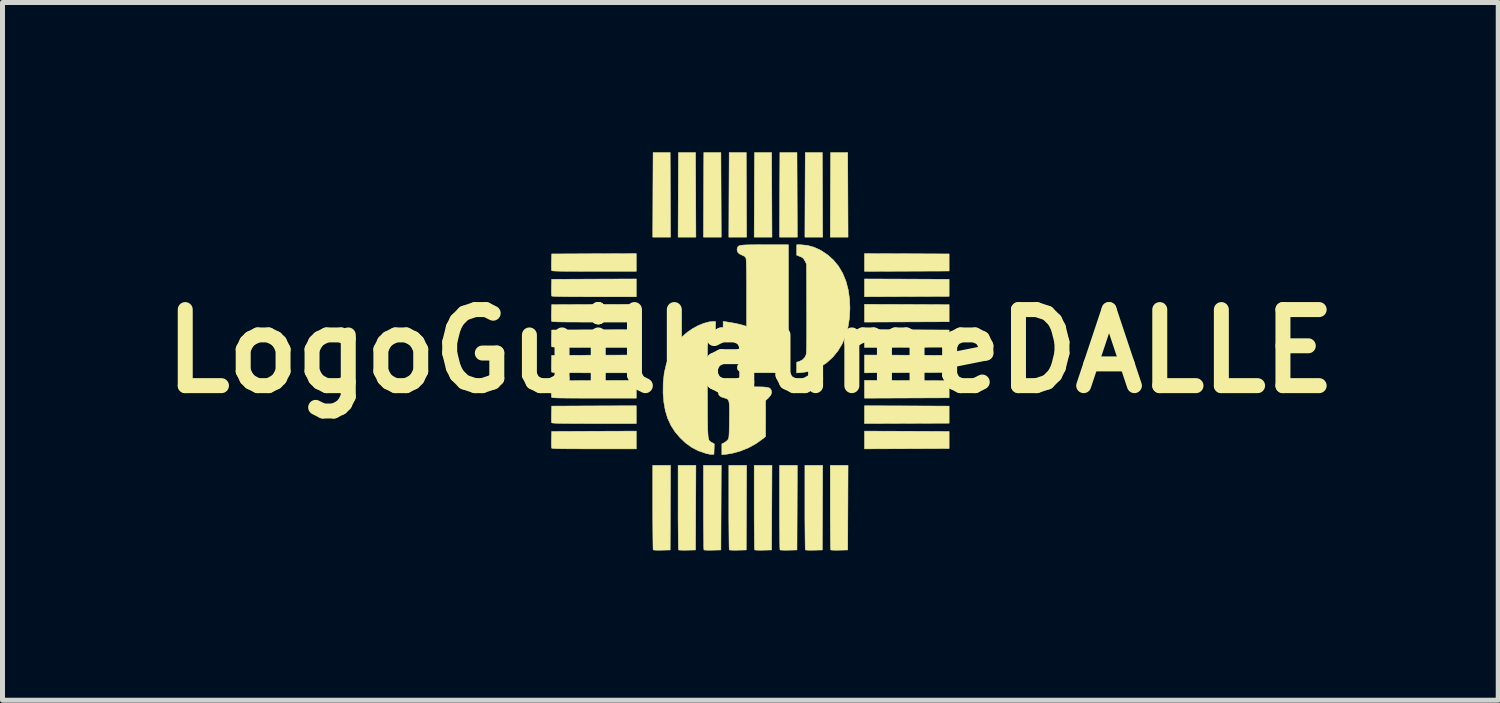
<source format=kicad_pcb>
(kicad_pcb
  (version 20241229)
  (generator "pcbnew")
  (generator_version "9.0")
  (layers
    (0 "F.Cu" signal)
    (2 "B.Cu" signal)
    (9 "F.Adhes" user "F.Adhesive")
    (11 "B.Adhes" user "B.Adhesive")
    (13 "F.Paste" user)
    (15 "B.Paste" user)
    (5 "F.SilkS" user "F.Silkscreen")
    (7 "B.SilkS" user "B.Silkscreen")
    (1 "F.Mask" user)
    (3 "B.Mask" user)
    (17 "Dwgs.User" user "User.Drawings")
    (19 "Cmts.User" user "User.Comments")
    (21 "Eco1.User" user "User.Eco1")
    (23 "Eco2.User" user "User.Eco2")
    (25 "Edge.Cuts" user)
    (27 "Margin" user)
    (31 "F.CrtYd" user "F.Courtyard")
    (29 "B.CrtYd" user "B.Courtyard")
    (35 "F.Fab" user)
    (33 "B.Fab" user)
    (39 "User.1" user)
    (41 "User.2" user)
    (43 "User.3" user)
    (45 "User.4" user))
  (footprint "LogoGuillaumeDALLE"
    (layer "F.Cu")
    (at 11.982 3.986)
    (property "Reference" "LogoGuillaumeDALLE" (at 0 0 0) (layer "F.SilkS") (effects (font (size 1.524 1.524) (thickness 0.3))))
    (attr through_hole)
    (fp_poly (pts (xy -1.6 -2.286) (xy -1.956 -2.286) (xy -1.953 -3.134) (xy -1.949 -3.981) (xy -1.607 -3.981) (xy -1.6 -2.286)) (stroke (width 0.01) (type solid)) (fill yes) (layer "F.SilkS"))
    (fp_poly (pts (xy -1.092 -2.286) (xy -1.448 -2.286) (xy -1.445 -3.134) (xy -1.441 -3.981) (xy -1.099 -3.981) (xy -1.092 -2.286)) (stroke (width 0.01) (type solid)) (fill yes) (layer "F.SilkS"))
    (fp_poly (pts (xy -0.584 -2.286) (xy -0.94 -2.286) (xy -0.937 -3.134) (xy -0.933 -3.981) (xy -0.591 -3.981) (xy -0.584 -2.286)) (stroke (width 0.01) (type solid)) (fill yes) (layer "F.SilkS"))
    (fp_poly (pts (xy -0.076 -2.286) (xy -0.432 -2.286) (xy -0.429 -3.134) (xy -0.425 -3.981) (xy -0.083 -3.981) (xy -0.076 -2.286)) (stroke (width 0.01) (type solid)) (fill yes) (layer "F.SilkS"))
    (fp_poly (pts (xy 0.432 -2.286) (xy 0.076 -2.286) (xy 0.079 -3.134) (xy 0.083 -3.981) (xy 0.425 -3.981) (xy 0.432 -2.286)) (stroke (width 0.01) (type solid)) (fill yes) (layer "F.SilkS"))
    (fp_poly (pts (xy 0.94 -2.286) (xy 0.584 -2.286) (xy 0.587 -3.134) (xy 0.591 -3.981) (xy 0.933 -3.981) (xy 0.94 -2.286)) (stroke (width 0.01) (type solid)) (fill yes) (layer "F.SilkS"))
    (fp_poly (pts (xy 1.448 -2.286) (xy 1.092 -2.286) (xy 1.095 -3.134) (xy 1.099 -3.981) (xy 1.441 -3.981) (xy 1.448 -2.286)) (stroke (width 0.01) (type solid)) (fill yes) (layer "F.SilkS"))
    (fp_poly (pts (xy 1.956 -2.286) (xy 1.6 -2.286) (xy 1.603 -3.134) (xy 1.607 -3.981) (xy 1.949 -3.981) (xy 1.956 -2.286)) (stroke (width 0.01) (type solid)) (fill yes) (layer "F.SilkS"))
    (fp_poly (pts (xy 3.134 -1.953) (xy 3.981 -1.949) (xy 3.981 -1.607) (xy 2.286 -1.6) (xy 2.286 -1.956) (xy 3.134 -1.953)) (stroke (width 0.01) (type solid)) (fill yes) (layer "F.SilkS"))
    (fp_poly (pts (xy 3.134 -1.445) (xy 3.981 -1.441) (xy 3.981 -1.099) (xy 2.286 -1.092) (xy 2.286 -1.448) (xy 3.134 -1.445)) (stroke (width 0.01) (type solid)) (fill yes) (layer "F.SilkS"))
    (fp_poly (pts (xy 3.134 -0.937) (xy 3.981 -0.933) (xy 3.981 -0.591) (xy 2.286 -0.584) (xy 2.286 -0.94) (xy 3.134 -0.937)) (stroke (width 0.01) (type solid)) (fill yes) (layer "F.SilkS"))
    (fp_poly (pts (xy 3.134 -0.429) (xy 3.981 -0.425) (xy 3.981 -0.083) (xy 2.286 -0.076) (xy 2.286 -0.432) (xy 3.134 -0.429)) (stroke (width 0.01) (type solid)) (fill yes) (layer "F.SilkS"))
    (fp_poly (pts (xy 3.134 0.079) (xy 3.981 0.083) (xy 3.981 0.425) (xy 2.286 0.432) (xy 2.286 0.076) (xy 3.134 0.079)) (stroke (width 0.01) (type solid)) (fill yes) (layer "F.SilkS"))
    (fp_poly (pts (xy 3.134 0.587) (xy 3.981 0.591) (xy 3.981 0.933) (xy 2.286 0.94) (xy 2.286 0.584) (xy 3.134 0.587)) (stroke (width 0.01) (type solid)) (fill yes) (layer "F.SilkS"))
    (fp_poly (pts (xy 3.134 1.095) (xy 3.981 1.099) (xy 3.981 1.441) (xy 2.286 1.448) (xy 2.286 1.092) (xy 3.134 1.095)) (stroke (width 0.01) (type solid)) (fill yes) (layer "F.SilkS"))
    (fp_poly (pts (xy 3.134 1.603) (xy 3.981 1.607) (xy 3.981 1.949) (xy 2.286 1.956) (xy 2.286 1.6) (xy 3.134 1.603)) (stroke (width 0.01) (type solid)) (fill yes) (layer "F.SilkS"))
    (fp_poly (pts (xy -1.607 3.981) (xy -1.772 3.985) (xy -1.835 3.986) (xy -1.888 3.985) (xy -1.927 3.983) (xy -1.946 3.98) (xy -1.947 3.98) (xy -1.948 3.966) (xy -1.95 3.929) (xy -1.951 3.87) (xy -1.952 3.793) (xy -1.953 3.699) (xy -1.954 3.589) (xy -1.955 3.468) (xy -1.956 3.335) (xy -1.956 3.194) (xy -1.956 3.128) (xy -1.956 2.286) (xy -1.6 2.286) (xy -1.607 3.981)) (stroke (width 0.01) (type solid)) (fill yes) (layer "F.SilkS"))
    (fp_poly (pts (xy -1.099 3.981) (xy -1.264 3.985) (xy -1.327 3.986) (xy -1.38 3.985) (xy -1.419 3.983) (xy -1.438 3.98) (xy -1.439 3.98) (xy -1.44 3.966) (xy -1.442 3.929) (xy -1.443 3.87) (xy -1.444 3.793) (xy -1.445 3.699) (xy -1.446 3.589) (xy -1.447 3.468) (xy -1.448 3.335) (xy -1.448 3.194) (xy -1.448 3.128) (xy -1.448 2.286) (xy -1.092 2.286) (xy -1.099 3.981)) (stroke (width 0.01) (type solid)) (fill yes) (layer "F.SilkS"))
    (fp_poly (pts (xy -0.591 3.981) (xy -0.756 3.985) (xy -0.819 3.986) (xy -0.872 3.985) (xy -0.911 3.983) (xy -0.93 3.98) (xy -0.931 3.98) (xy -0.932 3.966) (xy -0.934 3.929) (xy -0.935 3.87) (xy -0.936 3.793) (xy -0.937 3.699) (xy -0.938 3.589) (xy -0.939 3.468) (xy -0.94 3.335) (xy -0.94 3.194) (xy -0.94 3.128) (xy -0.94 2.286) (xy -0.584 2.286) (xy -0.591 3.981)) (stroke (width 0.01) (type solid)) (fill yes) (layer "F.SilkS"))
    (fp_poly (pts (xy -0.083 3.981) (xy -0.248 3.985) (xy -0.311 3.986) (xy -0.364 3.985) (xy -0.403 3.983) (xy -0.422 3.98) (xy -0.423 3.98) (xy -0.424 3.966) (xy -0.426 3.929) (xy -0.427 3.87) (xy -0.428 3.793) (xy -0.429 3.699) (xy -0.43 3.589) (xy -0.431 3.468) (xy -0.432 3.335) (xy -0.432 3.194) (xy -0.432 3.128) (xy -0.432 2.286) (xy -0.076 2.286) (xy -0.083 3.981)) (stroke (width 0.01) (type solid)) (fill yes) (layer "F.SilkS"))
    (fp_poly (pts (xy 0.425 3.981) (xy 0.26 3.985) (xy 0.197 3.986) (xy 0.144 3.985) (xy 0.105 3.983) (xy 0.086 3.98) (xy 0.085 3.98) (xy 0.084 3.966) (xy 0.082 3.929) (xy 0.081 3.87) (xy 0.08 3.793) (xy 0.079 3.699) (xy 0.078 3.589) (xy 0.077 3.468) (xy 0.076 3.335) (xy 0.076 3.194) (xy 0.076 3.128) (xy 0.076 2.286) (xy 0.432 2.286) (xy 0.425 3.981)) (stroke (width 0.01) (type solid)) (fill yes) (layer "F.SilkS"))
    (fp_poly (pts (xy 0.933 3.981) (xy 0.768 3.985) (xy 0.705 3.986) (xy 0.652 3.985) (xy 0.613 3.983) (xy 0.594 3.98) (xy 0.593 3.98) (xy 0.592 3.966) (xy 0.59 3.929) (xy 0.589 3.87) (xy 0.588 3.793) (xy 0.587 3.699) (xy 0.586 3.589) (xy 0.585 3.468) (xy 0.584 3.335) (xy 0.584 3.194) (xy 0.584 3.128) (xy 0.584 2.286) (xy 0.94 2.286) (xy 0.933 3.981)) (stroke (width 0.01) (type solid)) (fill yes) (layer "F.SilkS"))
    (fp_poly (pts (xy 1.441 3.981) (xy 1.276 3.985) (xy 1.213 3.986) (xy 1.16 3.985) (xy 1.121 3.983) (xy 1.102 3.98) (xy 1.101 3.98) (xy 1.1 3.966) (xy 1.098 3.929) (xy 1.097 3.87) (xy 1.096 3.793) (xy 1.095 3.699) (xy 1.094 3.589) (xy 1.093 3.468) (xy 1.092 3.335) (xy 1.092 3.194) (xy 1.092 3.128) (xy 1.092 2.286) (xy 1.448 2.286) (xy 1.441 3.981)) (stroke (width 0.01) (type solid)) (fill yes) (layer "F.SilkS"))
    (fp_poly (pts (xy 1.949 3.981) (xy 1.784 3.985) (xy 1.721 3.986) (xy 1.668 3.985) (xy 1.629 3.983) (xy 1.61 3.98) (xy 1.609 3.98) (xy 1.608 3.966) (xy 1.606 3.929) (xy 1.605 3.87) (xy 1.604 3.793) (xy 1.603 3.699) (xy 1.602 3.589) (xy 1.601 3.468) (xy 1.6 3.335) (xy 1.6 3.194) (xy 1.6 3.128) (xy 1.6 2.286) (xy 1.956 2.286) (xy 1.949 3.981)) (stroke (width 0.01) (type solid)) (fill yes) (layer "F.SilkS"))
    (fp_poly (pts (xy -2.286 -1.778) (xy -2.286 -1.6) (xy -3.131 -1.6) (xy -3.303 -1.6) (xy -3.452 -1.601) (xy -3.578 -1.601) (xy -3.684 -1.602) (xy -3.771 -1.603) (xy -3.84 -1.604) (xy -3.894 -1.606) (xy -3.933 -1.608) (xy -3.96 -1.61) (xy -3.976 -1.613) (xy -3.982 -1.616) (xy -3.982 -1.617) (xy -3.984 -1.635) (xy -3.986 -1.674) (xy -3.986 -1.726) (xy -3.985 -1.788) (xy -3.985 -1.791) (xy -3.981 -1.949) (xy -3.134 -1.953) (xy -2.286 -1.956) (xy -2.286 -1.778)) (stroke (width 0.01) (type solid)) (fill yes) (layer "F.SilkS"))
    (fp_poly (pts (xy -2.286 -1.27) (xy -2.286 -1.092) (xy -3.131 -1.092) (xy -3.303 -1.092) (xy -3.452 -1.093) (xy -3.578 -1.093) (xy -3.684 -1.094) (xy -3.771 -1.095) (xy -3.84 -1.096) (xy -3.894 -1.098) (xy -3.933 -1.1) (xy -3.96 -1.102) (xy -3.976 -1.105) (xy -3.982 -1.108) (xy -3.982 -1.109) (xy -3.984 -1.127) (xy -3.986 -1.166) (xy -3.986 -1.218) (xy -3.985 -1.28) (xy -3.985 -1.283) (xy -3.981 -1.441) (xy -3.134 -1.445) (xy -2.286 -1.448) (xy -2.286 -1.27)) (stroke (width 0.01) (type solid)) (fill yes) (layer "F.SilkS"))
    (fp_poly (pts (xy -2.286 -0.762) (xy -2.286 -0.584) (xy -3.131 -0.584) (xy -3.303 -0.584) (xy -3.452 -0.585) (xy -3.578 -0.585) (xy -3.684 -0.586) (xy -3.771 -0.587) (xy -3.84 -0.588) (xy -3.894 -0.59) (xy -3.933 -0.592) (xy -3.96 -0.594) (xy -3.976 -0.597) (xy -3.982 -0.6) (xy -3.982 -0.601) (xy -3.984 -0.619) (xy -3.986 -0.658) (xy -3.986 -0.71) (xy -3.985 -0.772) (xy -3.985 -0.775) (xy -3.981 -0.933) (xy -3.134 -0.937) (xy -2.286 -0.94) (xy -2.286 -0.762)) (stroke (width 0.01) (type solid)) (fill yes) (layer "F.SilkS"))
    (fp_poly (pts (xy -2.286 -0.254) (xy -2.286 -0.076) (xy -3.131 -0.076) (xy -3.303 -0.076) (xy -3.452 -0.077) (xy -3.578 -0.077) (xy -3.684 -0.078) (xy -3.771 -0.079) (xy -3.84 -0.08) (xy -3.894 -0.082) (xy -3.933 -0.084) (xy -3.96 -0.086) (xy -3.976 -0.089) (xy -3.982 -0.092) (xy -3.982 -0.093) (xy -3.984 -0.111) (xy -3.986 -0.15) (xy -3.986 -0.202) (xy -3.985 -0.264) (xy -3.985 -0.267) (xy -3.981 -0.425) (xy -3.134 -0.429) (xy -2.286 -0.432) (xy -2.286 -0.254)) (stroke (width 0.01) (type solid)) (fill yes) (layer "F.SilkS"))
    (fp_poly (pts (xy -2.286 0.254) (xy -2.286 0.432) (xy -3.131 0.432) (xy -3.303 0.432) (xy -3.452 0.431) (xy -3.578 0.431) (xy -3.684 0.43) (xy -3.771 0.429) (xy -3.84 0.428) (xy -3.894 0.426) (xy -3.933 0.424) (xy -3.96 0.422) (xy -3.976 0.419) (xy -3.982 0.416) (xy -3.982 0.415) (xy -3.984 0.397) (xy -3.986 0.358) (xy -3.986 0.306) (xy -3.985 0.244) (xy -3.985 0.241) (xy -3.981 0.083) (xy -3.134 0.079) (xy -2.286 0.076) (xy -2.286 0.254)) (stroke (width 0.01) (type solid)) (fill yes) (layer "F.SilkS"))
    (fp_poly (pts (xy -2.286 0.762) (xy -2.286 0.94) (xy -3.131 0.94) (xy -3.303 0.94) (xy -3.452 0.939) (xy -3.578 0.939) (xy -3.684 0.938) (xy -3.771 0.937) (xy -3.84 0.936) (xy -3.894 0.934) (xy -3.933 0.932) (xy -3.96 0.93) (xy -3.976 0.927) (xy -3.982 0.924) (xy -3.982 0.923) (xy -3.984 0.905) (xy -3.986 0.866) (xy -3.986 0.814) (xy -3.985 0.752) (xy -3.985 0.749) (xy -3.981 0.591) (xy -3.134 0.587) (xy -2.286 0.584) (xy -2.286 0.762)) (stroke (width 0.01) (type solid)) (fill yes) (layer "F.SilkS"))
    (fp_poly (pts (xy -2.286 1.27) (xy -2.286 1.448) (xy -3.131 1.448) (xy -3.303 1.448) (xy -3.452 1.447) (xy -3.578 1.447) (xy -3.684 1.446) (xy -3.771 1.445) (xy -3.84 1.444) (xy -3.894 1.442) (xy -3.933 1.44) (xy -3.96 1.438) (xy -3.976 1.435) (xy -3.982 1.432) (xy -3.982 1.431) (xy -3.984 1.413) (xy -3.986 1.374) (xy -3.986 1.322) (xy -3.985 1.26) (xy -3.985 1.257) (xy -3.981 1.099) (xy -3.134 1.095) (xy -2.286 1.092) (xy -2.286 1.27)) (stroke (width 0.01) (type solid)) (fill yes) (layer "F.SilkS"))
    (fp_poly (pts (xy -2.286 1.778) (xy -2.286 1.956) (xy -3.131 1.956) (xy -3.303 1.956) (xy -3.452 1.955) (xy -3.578 1.955) (xy -3.684 1.954) (xy -3.771 1.953) (xy -3.84 1.952) (xy -3.894 1.95) (xy -3.933 1.948) (xy -3.96 1.946) (xy -3.976 1.943) (xy -3.982 1.94) (xy -3.982 1.939) (xy -3.984 1.921) (xy -3.986 1.882) (xy -3.986 1.83) (xy -3.985 1.768) (xy -3.985 1.765) (xy -3.981 1.607) (xy -3.134 1.603) (xy -2.286 1.6) (xy -2.286 1.778)) (stroke (width 0.01) (type solid)) (fill yes) (layer "F.SilkS"))
    (fp_poly (pts (xy 1.006 -2.133) (xy 1.143 -2.12) (xy 1.279 -2.082) (xy 1.414 -2.019) (xy 1.544 -1.933) (xy 1.663 -1.827) (xy 1.765 -1.704) (xy 1.848 -1.563) (xy 1.913 -1.406) (xy 1.959 -1.234) (xy 1.986 -1.046) (xy 1.994 -0.864) (xy 1.984 -0.665) (xy 1.954 -0.478) (xy 1.905 -0.305) (xy 1.838 -0.147) (xy 1.752 -0.005) (xy 1.649 0.121) (xy 1.529 0.229) (xy 1.393 0.319) (xy 1.355 0.338) (xy 1.262 0.379) (xy 1.165 0.406) (xy 1.054 0.423) (xy 1.026 0.426) (xy 0.927 0.434) (xy 0.927 0.22) (xy 0.98 0.204) (xy 1.043 0.173) (xy 1.09 0.124) (xy 1.117 0.066) (xy 1.12 0.044) (xy 1.123 0.003) (xy 1.125 -0.059) (xy 1.126 -0.141) (xy 1.127 -0.245) (xy 1.128 -0.372) (xy 1.128 -0.522) (xy 1.128 -0.696) (xy 1.127 -0.867) (xy 1.124 -1.747) (xy 1.092 -1.81) (xy 1.068 -1.85) (xy 1.043 -1.875) (xy 1.005 -1.894) (xy 0.993 -1.899) (xy 0.927 -1.924) (xy 0.927 -2.134) (xy 1.006 -2.133)) (stroke (width 0.01) (type solid)) (fill yes) (layer "F.SilkS"))
    (fp_poly (pts (xy -0.699 -0.384) (xy -0.737 -0.368) (xy -0.789 -0.333) (xy -0.828 -0.278) (xy -0.85 -0.212) (xy -0.853 -0.186) (xy -0.856 -0.141) (xy -0.858 -0.075) (xy -0.86 0.012) (xy -0.861 0.121) (xy -0.861 0.253) (xy -0.862 0.408) (xy -0.862 0.587) (xy -0.861 0.791) (xy -0.861 0.795) (xy -0.86 0.977) (xy -0.86 1.134) (xy -0.859 1.27) (xy -0.858 1.385) (xy -0.857 1.482) (xy -0.855 1.562) (xy -0.852 1.628) (xy -0.849 1.68) (xy -0.845 1.72) (xy -0.839 1.751) (xy -0.832 1.774) (xy -0.824 1.79) (xy -0.813 1.802) (xy -0.801 1.812) (xy -0.788 1.82) (xy -0.772 1.829) (xy -0.767 1.831) (xy -0.723 1.857) (xy -0.727 1.961) (xy -0.73 2.064) (xy -0.768 2.067) (xy -0.8 2.065) (xy -0.846 2.057) (xy -0.895 2.045) (xy -1.04 1.996) (xy -1.172 1.928) (xy -1.295 1.84) (xy -1.405 1.736) (xy -1.509 1.615) (xy -1.592 1.485) (xy -1.657 1.344) (xy -1.704 1.19) (xy -1.734 1.02) (xy -1.749 0.843) (xy -1.747 0.631) (xy -1.725 0.432) (xy -1.682 0.248) (xy -1.619 0.077) (xy -1.537 -0.078) (xy -1.434 -0.218) (xy -1.357 -0.3) (xy -1.262 -0.382) (xy -1.156 -0.454) (xy -1.046 -0.514) (xy -0.935 -0.559) (xy -0.828 -0.588) (xy -0.735 -0.597) (xy -0.699 -0.597) (xy -0.699 -0.384)) (stroke (width 0.01) (type solid)) (fill yes) (layer "F.SilkS"))
    (fp_poly (pts (xy 0.187 0.714) (xy 0.254 0.716) (xy 0.306 0.72) (xy 0.344 0.726) (xy 0.372 0.734) (xy 0.392 0.745) (xy 0.405 0.759) (xy 0.415 0.776) (xy 0.417 0.779) (xy 0.426 0.825) (xy 0.411 0.873) (xy 0.37 0.925) (xy 0.356 0.94) (xy 0.305 0.987) (xy 0.304 1.708) (xy 0.256 1.748) (xy 0.116 1.849) (xy -0.038 1.934) (xy -0.202 2) (xy -0.37 2.046) (xy -0.486 2.064) (xy -0.572 2.073) (xy -0.572 1.856) (xy -0.525 1.833) (xy -0.487 1.808) (xy -0.455 1.778) (xy -0.452 1.774) (xy -0.444 1.762) (xy -0.438 1.748) (xy -0.433 1.73) (xy -0.43 1.703) (xy -0.427 1.665) (xy -0.425 1.612) (xy -0.424 1.543) (xy -0.422 1.453) (xy -0.422 1.376) (xy -0.42 1.263) (xy -0.42 1.173) (xy -0.421 1.102) (xy -0.424 1.049) (xy -0.43 1.01) (xy -0.439 0.983) (xy -0.451 0.965) (xy -0.467 0.954) (xy -0.488 0.945) (xy -0.509 0.939) (xy -0.566 0.922) (xy -0.603 0.904) (xy -0.625 0.882) (xy -0.636 0.862) (xy -0.645 0.813) (xy -0.63 0.769) (xy -0.6 0.74) (xy -0.589 0.734) (xy -0.574 0.729) (xy -0.552 0.725) (xy -0.52 0.722) (xy -0.476 0.719) (xy -0.418 0.718) (xy -0.342 0.716) (xy -0.246 0.715) (xy -0.134 0.714) (xy -0.005 0.713) (xy 0.101 0.713) (xy 0.187 0.714)) (stroke (width 0.01) (type solid)) (fill yes) (layer "F.SilkS"))
    (fp_poly (pts (xy 0.762 0.432) (xy 0.302 0.431) (xy 0.174 0.431) (xy 0.07 0.43) (xy -0.014 0.429) (xy -0.079 0.427) (xy -0.128 0.425) (xy -0.163 0.421) (xy -0.187 0.417) (xy -0.199 0.413) (xy -0.241 0.385) (xy -0.263 0.348) (xy -0.263 0.308) (xy -0.244 0.268) (xy -0.206 0.234) (xy -0.159 0.212) (xy -0.125 0.197) (xy -0.102 0.176) (xy -0.087 0.144) (xy -0.079 0.097) (xy -0.077 0.031) (xy -0.076 0.008) (xy -0.077 -0.05) (xy -0.079 -0.089) (xy -0.084 -0.117) (xy -0.095 -0.141) (xy -0.113 -0.167) (xy -0.121 -0.178) (xy -0.194 -0.257) (xy -0.284 -0.319) (xy -0.384 -0.36) (xy -0.468 -0.376) (xy -0.546 -0.385) (xy -0.546 -0.597) (xy -0.492 -0.59) (xy -0.399 -0.575) (xy -0.308 -0.559) (xy -0.225 -0.541) (xy -0.16 -0.524) (xy -0.152 -0.522) (xy -0.076 -0.498) (xy -0.076 -1.169) (xy -0.076 -1.334) (xy -0.077 -1.476) (xy -0.078 -1.593) (xy -0.08 -1.689) (xy -0.082 -1.764) (xy -0.084 -1.818) (xy -0.087 -1.854) (xy -0.091 -1.872) (xy -0.091 -1.872) (xy -0.116 -1.901) (xy -0.163 -1.923) (xy -0.167 -1.925) (xy -0.223 -1.952) (xy -0.257 -1.989) (xy -0.268 -2.035) (xy -0.259 -2.076) (xy -0.252 -2.09) (xy -0.242 -2.102) (xy -0.227 -2.111) (xy -0.203 -2.119) (xy -0.169 -2.124) (xy -0.123 -2.128) (xy -0.062 -2.131) (xy 0.017 -2.132) (xy 0.115 -2.133) (xy 0.236 -2.134) (xy 0.291 -2.134) (xy 0.762 -2.134) (xy 0.762 0.432)) (stroke (width 0.01) (type solid)) (fill yes) (layer "F.SilkS")))
  (gr_rect
    (start -3 -3)
    (end 26.963 10.977)
    (stroke (width 0.1) (type default))
    (fill no)
    (layer "Edge.Cuts")))
</source>
